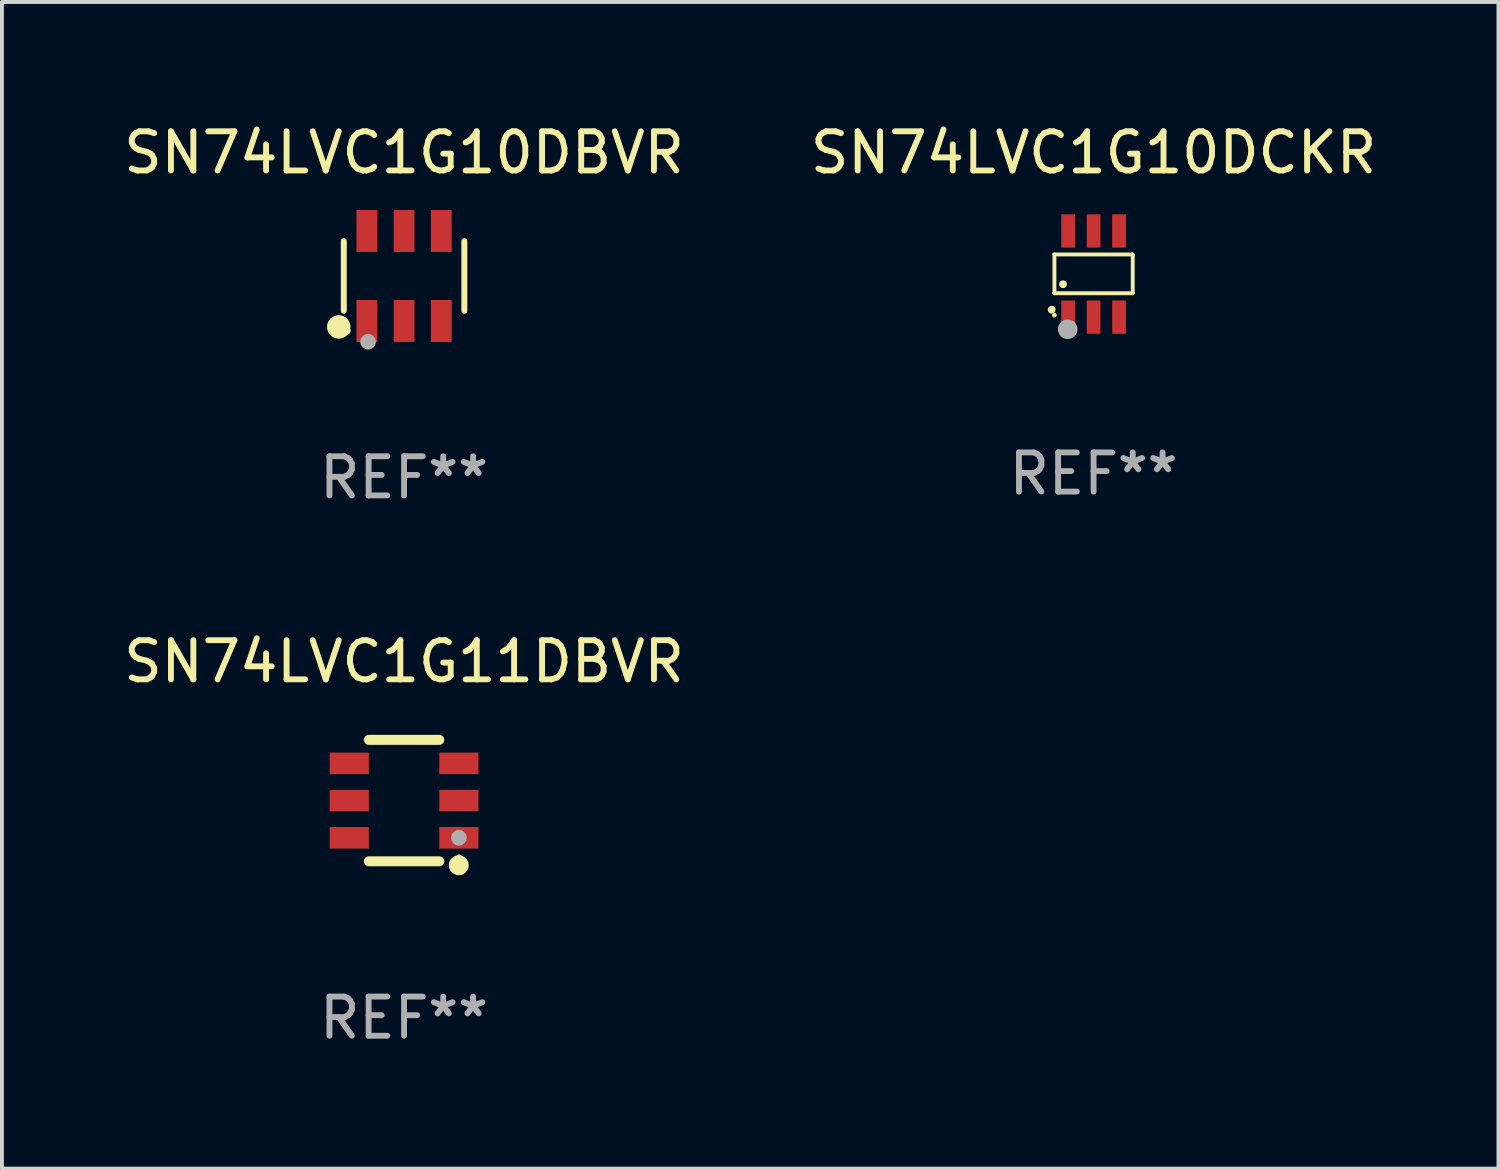
<source format=kicad_pcb>
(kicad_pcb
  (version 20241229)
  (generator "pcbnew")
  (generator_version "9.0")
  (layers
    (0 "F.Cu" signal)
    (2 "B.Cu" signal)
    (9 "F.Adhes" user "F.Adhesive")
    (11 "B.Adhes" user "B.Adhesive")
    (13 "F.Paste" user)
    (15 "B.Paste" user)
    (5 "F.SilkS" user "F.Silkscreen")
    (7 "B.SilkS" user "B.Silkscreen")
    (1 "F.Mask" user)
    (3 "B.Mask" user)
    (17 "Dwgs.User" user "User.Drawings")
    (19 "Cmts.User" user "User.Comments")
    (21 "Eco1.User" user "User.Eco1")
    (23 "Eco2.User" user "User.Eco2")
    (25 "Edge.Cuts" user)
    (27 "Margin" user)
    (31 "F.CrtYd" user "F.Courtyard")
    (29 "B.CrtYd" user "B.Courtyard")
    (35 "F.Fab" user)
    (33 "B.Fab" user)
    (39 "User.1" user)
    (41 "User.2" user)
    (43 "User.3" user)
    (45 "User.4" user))
  (footprint "SN74LVC1G11DBVR"
    (layer "F.Cu")
    (at 7.268 17.393)
    (property "Reference" "SN74LVC1G11DBVR" (at 0 -3.55 0) (layer "F.SilkS") (effects (font (size 1 1) (thickness 0.15))))
    (attr through_hole)
    (fp_line (start -0.9 -1.55) (end 0.9 -1.55) (stroke (width 0.254) (type solid)) (layer "F.SilkS"))
    (fp_line (start -0.9 1.55) (end 0.9 1.55) (stroke (width 0.254) (type solid)) (layer "F.SilkS"))
    (fp_circle (center 1.397 1.651) (end 1.524 1.651) (stroke (width 0.254) (type solid)) (fill no) (layer "F.SilkS"))
    (fp_circle (center 1.4 1.435) (end 1.43 1.435) (stroke (width 0.06) (type solid)) (fill no) (layer "F.SilkS"))
    (fp_circle (center 1.4 0.95) (end 1.5 0.95) (stroke (width 0.2) (type solid)) (fill no) (layer "F.Fab"))
    (fp_text user "REF**" (at 0 5.55 0) (layer "F.Fab") (effects (font (size 1 1) (thickness 0.15))))
    (pad "1" smd rect (at 1.4 0.95) (size 1 0.55) (layers "F.Cu" "F.Mask" "F.Paste"))
    (pad "2" smd rect (at 1.4 -0.000102) (size 1 0.55) (layers "F.Cu" "F.Mask" "F.Paste"))
    (pad "3" smd rect (at 1.4 -0.95) (size 1 0.55) (layers "F.Cu" "F.Mask" "F.Paste"))
    (pad "4" smd rect (at -1.4 -0.95) (size 1 0.55) (layers "F.Cu" "F.Mask" "F.Paste"))
    (pad "5" smd rect (at -1.4 -0.000102) (size 1 0.55) (layers "F.Cu" "F.Mask" "F.Paste"))
    (pad "6" smd rect (at -1.4 0.95) (size 1 0.55) (layers "F.Cu" "F.Mask" "F.Paste")))
  (footprint "SN74LVC1G10DBVR"
    (layer "F.Cu")
    (at 7.268 3.997)
    (property "Reference" "SN74LVC1G10DBVR" (at 0 -3.149 0) (layer "F.SilkS") (effects (font (size 1 1) (thickness 0.15))))
    (attr through_hole)
    (fp_line (start -1.539 0.889) (end -1.539 -0.889) (stroke (width 0.152) (type solid)) (layer "F.SilkS"))
    (fp_line (start 1.539 0.889) (end 1.539 -0.889) (stroke (width 0.152) (type solid)) (layer "F.SilkS"))
    (fp_circle (center -1.668 1.301) (end -1.518 1.301) (stroke (width 0.3) (type solid)) (fill no) (layer "F.SilkS"))
    (fp_circle (center -1.463 1.4) (end -1.413 1.4) (stroke (width 0.1) (type solid)) (fill no) (layer "F.SilkS"))
    (fp_circle (center -0.92 1.68) (end -0.82 1.68) (stroke (width 0.2) (type solid)) (fill no) (layer "F.Fab"))
    (fp_text user "REF**" (at 0 5.149 0) (layer "F.Fab") (effects (font (size 1 1) (thickness 0.15))))
    (pad "1" smd rect (at -0.95 1.149) (size 0.532 1.072) (layers "F.Cu" "F.Mask" "F.Paste"))
    (pad "2" smd rect (at 0 1.149) (size 0.532 1.072) (layers "F.Cu" "F.Mask" "F.Paste"))
    (pad "3" smd rect (at 0.95 1.149) (size 0.532 1.072) (layers "F.Cu" "F.Mask" "F.Paste"))
    (pad "4" smd rect (at 0.95 -1.149) (size 0.532 1.072) (layers "F.Cu" "F.Mask" "F.Paste"))
    (pad "5" smd rect (at 0 -1.149) (size 0.532 1.072) (layers "F.Cu" "F.Mask" "F.Paste"))
    (pad "6" smd rect (at -0.95 -1.149) (size 0.532 1.072) (layers "F.Cu" "F.Mask" "F.Paste")))
  (footprint "SN74LVC1G10DCKR"
    (layer "F.Cu")
    (at 24.875 3.948)
    (property "Reference" "SN74LVC1G10DCKR" (at 0 -3.1 0) (layer "F.SilkS") (effects (font (size 1 1) (thickness 0.15))))
    (attr through_hole)
    (fp_line (start -1 -0.5) (end -1 0.49) (stroke (width 0.1) (type solid)) (layer "F.SilkS"))
    (fp_line (start -1 0.49) (end 1 0.49) (stroke (width 0.1) (type solid)) (layer "F.SilkS"))
    (fp_line (start 0.99 -0.5) (end -1 -0.5) (stroke (width 0.1) (type solid)) (layer "F.SilkS"))
    (fp_line (start 1 -0.49) (end 0.99 -0.5) (stroke (width 0.1) (type solid)) (layer "F.SilkS"))
    (fp_line (start 1 0.49) (end 1 -0.49) (stroke (width 0.1) (type solid)) (layer "F.SilkS"))
    (fp_circle (center -1.07 0.91) (end -1.02 0.91) (stroke (width 0.1) (type solid)) (fill no) (layer "F.SilkS"))
    (fp_circle (center -1 1.05) (end -0.97 1.05) (stroke (width 0.06) (type solid)) (fill no) (layer "F.SilkS"))
    (fp_circle (center -0.78 0.26) (end -0.73 0.26) (stroke (width 0.1) (type solid)) (fill no) (layer "F.SilkS"))
    (fp_circle (center -0.66 1.41) (end -0.535 1.41) (stroke (width 0.25) (type solid)) (fill no) (layer "F.Fab"))
    (fp_text user "REF**" (at 0 5.1 0) (layer "F.Fab") (effects (font (size 1 1) (thickness 0.15))))
    (pad "1" smd rect (at -0.65 1.1) (size 0.35 0.85) (layers "F.Cu" "F.Mask" "F.Paste"))
    (pad "2" smd rect (at 0 1.1) (size 0.35 0.85) (layers "F.Cu" "F.Mask" "F.Paste"))
    (pad "3" smd rect (at 0.65 1.1) (size 0.35 0.85) (layers "F.Cu" "F.Mask" "F.Paste"))
    (pad "4" smd rect (at 0.65 -1.1) (size 0.35 0.85) (layers "F.Cu" "F.Mask" "F.Paste"))
    (pad "5" smd rect (at 0 -1.1) (size 0.35 0.85) (layers "F.Cu" "F.Mask" "F.Paste"))
    (pad "6" smd rect (at -0.65 -1.1) (size 0.35 0.85) (layers "F.Cu" "F.Mask" "F.Paste")))
  (gr_rect
    (start -3 -3)
    (end 35.214 26.791)
    (stroke (width 0.1) (type default))
    (fill no)
    (layer "Edge.Cuts")))
</source>
